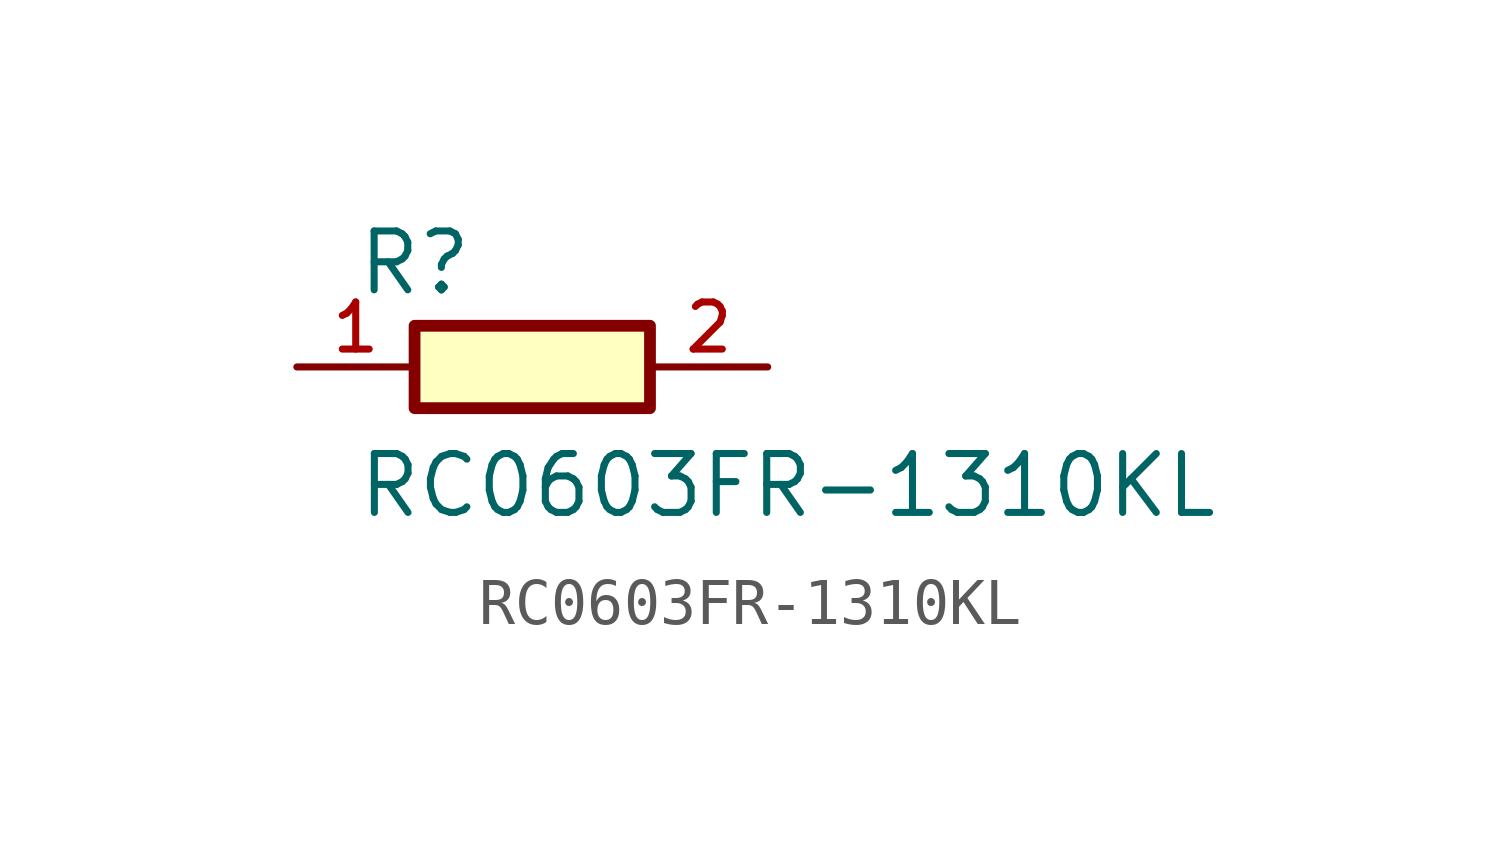
<source format=kicad_sym>
(kicad_symbol_lib
  (version 20211014)
  (generator kicad_symbol_editor)
  (symbol "RC0603FR-1310KL"
    (pin_names
      (offset 1.016))
    (property "Reference" "R"
      (at -3.815 1.501 0)
      (effects (font (size 1.27 1.27)) (justify bottom left)))
    (property "Value" "RC0603FR-1310KL"
      (at -3.81 -3.302 0)
      (effects (font (size 1.27 1.27)) (justify bottom left)))
    (symbol "RC0603FR-1310KL_0_0"
      (rectangle (start -2.54 -0.889) (end 2.54 0.889) (stroke (width 0.254)) (fill (type background)))
      (pin passive line (at 5.08 0.0 180.0) (length 2.54) (name "~" (effects (font (size 1.016 1.016)))) (number "2" (effects (font (size 1.016 1.016)))))
      (pin passive line (at -5.08 0.0 0) (length 2.54) (name "~" (effects (font (size 1.016 1.016)))) (number "1" (effects (font (size 1.016 1.016))))))))
</source>
